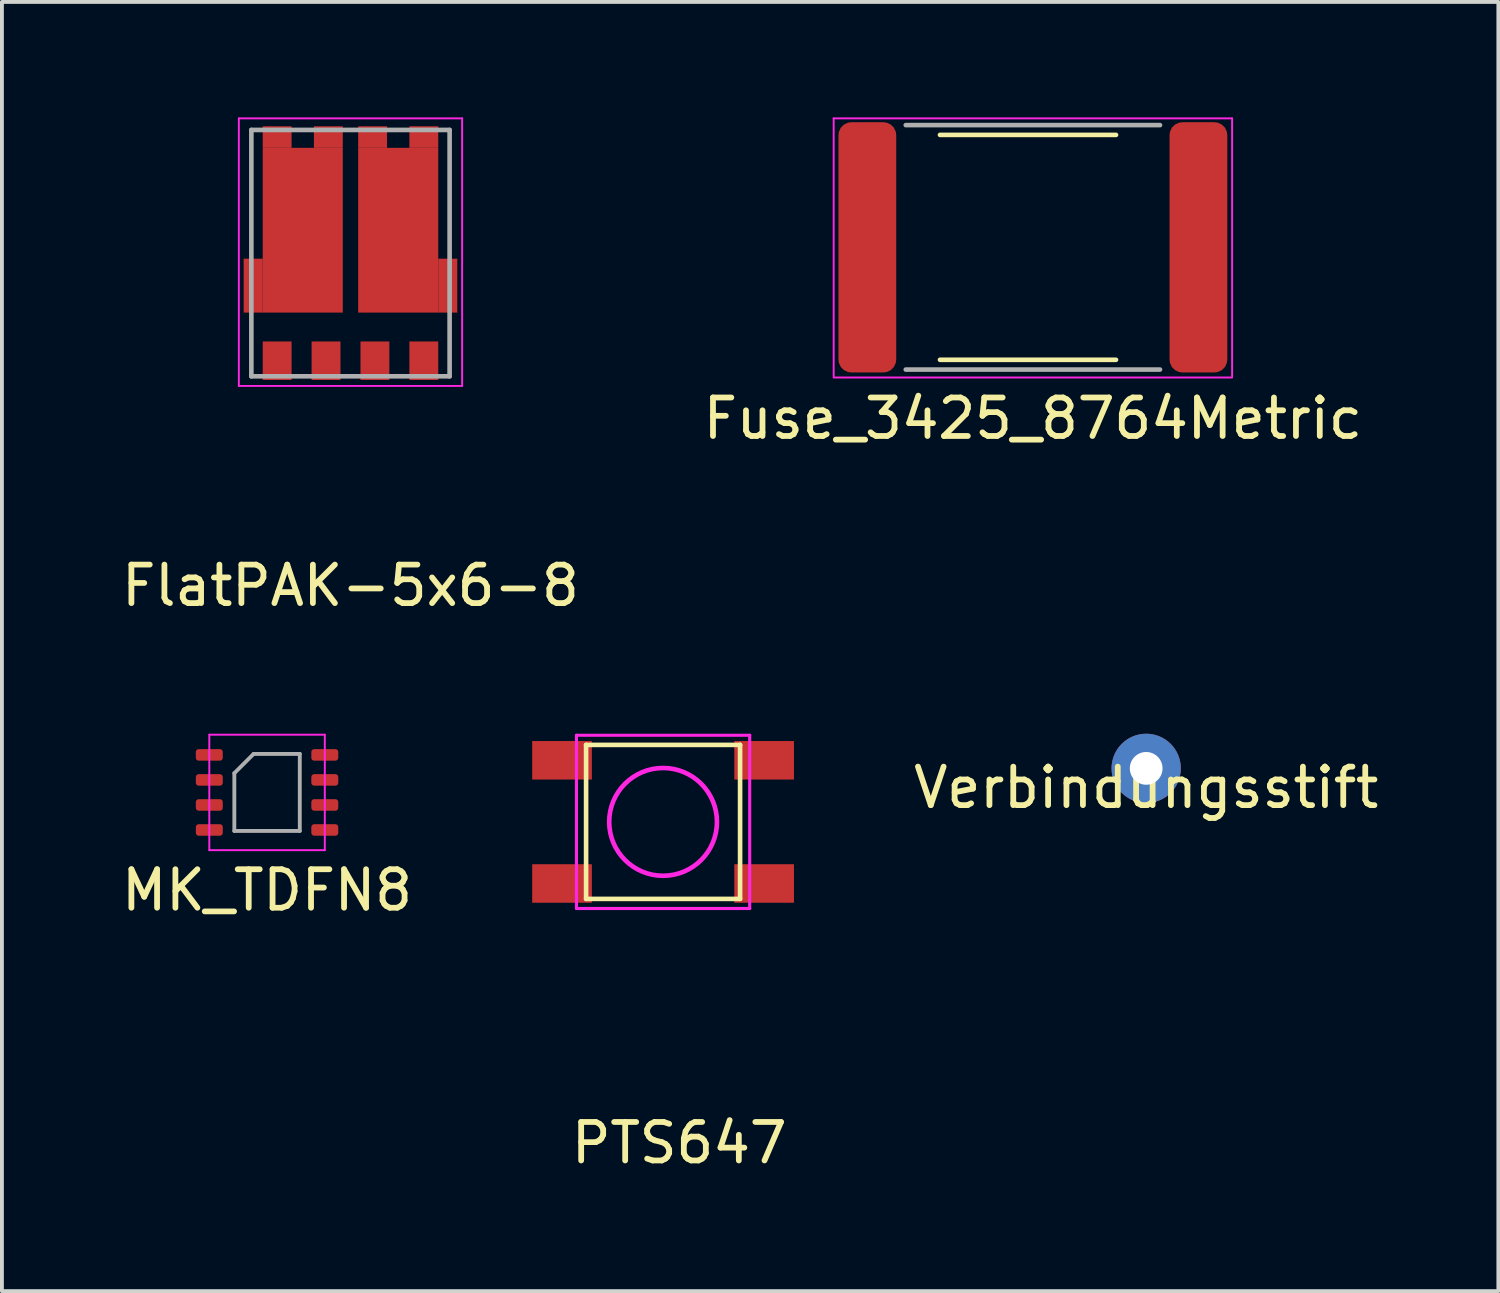
<source format=kicad_pcb>
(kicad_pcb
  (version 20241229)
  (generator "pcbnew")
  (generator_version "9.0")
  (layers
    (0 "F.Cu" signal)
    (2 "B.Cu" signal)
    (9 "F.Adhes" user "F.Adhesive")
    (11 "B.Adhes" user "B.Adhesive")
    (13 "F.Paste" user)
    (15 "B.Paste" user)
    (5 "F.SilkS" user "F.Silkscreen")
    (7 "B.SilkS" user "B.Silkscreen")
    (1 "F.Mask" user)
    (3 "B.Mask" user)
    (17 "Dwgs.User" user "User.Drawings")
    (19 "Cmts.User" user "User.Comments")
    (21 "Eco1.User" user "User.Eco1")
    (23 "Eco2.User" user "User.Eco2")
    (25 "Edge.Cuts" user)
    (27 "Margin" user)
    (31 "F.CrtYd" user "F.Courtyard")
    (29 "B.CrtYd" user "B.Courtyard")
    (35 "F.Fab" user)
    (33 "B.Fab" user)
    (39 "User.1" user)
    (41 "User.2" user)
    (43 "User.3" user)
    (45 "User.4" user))
  (footprint "PTS647"
    (layer "F.Cu")
    (at 14.174 18.299)
    (property "Reference" "PTS647" (at 0.42 8.34 0) (layer "F.SilkS") (effects (font (size 1 1) (thickness 0.15))))
    (attr through_hole)
    (fp_line (start -2 -2) (end 2 -2) (stroke (width 0.12) (type solid)) (layer "F.SilkS"))
    (fp_line (start -2 2) (end -2 -2) (stroke (width 0.12) (type solid)) (layer "F.SilkS"))
    (fp_line (start 2 -2) (end 2 2) (stroke (width 0.12) (type solid)) (layer "F.SilkS"))
    (fp_line (start 2 2) (end -2 2) (stroke (width 0.12) (type solid)) (layer "F.SilkS"))
    (fp_line (start -2.25 -2.25) (end 2.25 -2.25) (stroke (width 0.08) (type solid)) (layer "F.CrtYd"))
    (fp_line (start -2.25 2.25) (end -2.25 -2.25) (stroke (width 0.08) (type solid)) (layer "F.CrtYd"))
    (fp_line (start 2.25 -2.25) (end 2.25 2.25) (stroke (width 0.08) (type solid)) (layer "F.CrtYd"))
    (fp_line (start 2.25 2.25) (end -2.25 2.25) (stroke (width 0.08) (type solid)) (layer "F.CrtYd"))
    (fp_circle (center 0 0) (end 1.4 0) (stroke (width 0.12) (type solid)) (fill no) (layer "F.CrtYd"))
    (pad "1" smd rect (at -2.625 -1.6) (size 1.55 1) (layers "F.Cu" "F.Mask" "F.Paste"))
    (pad "1" smd rect (at 2.625 -1.6) (size 1.55 1) (layers "F.Cu" "F.Mask" "F.Paste"))
    (pad "2" smd rect (at -2.625 1.6) (size 1.55 1) (layers "F.Cu" "F.Mask" "F.Paste"))
    (pad "2" smd rect (at 2.625 1.6) (size 1.55 1) (layers "F.Cu" "F.Mask" "F.Paste")))
  (footprint "Verbindungsstift"
    (layer "F.Cu")
    (at 26.723 16.909)
    (property "Reference" "Verbindungsstift" (at 0 0.5 0) (layer "F.SilkS") (effects (font (size 1 1) (thickness 0.15))))
    (attr through_hole)
    (pad "1" thru_hole circle (at 0 0) (size 1.8 1.8) (drill 0.85) (layers "*.Cu" "*.Mask")))
  (footprint "FlatPAK-5x6-8"
    (layer "F.Cu")
    (at 6.054 3.525)
    (property "Reference" "FlatPAK-5x6-8" (at 0 8.636 0) (layer "F.SilkS") (effects (font (size 1 1) (thickness 0.15))))
    (attr through_hole)
    (fp_line (start -2.9 -3.5) (end -2.9 3.45) (stroke (width 0.05) (type solid)) (layer "F.CrtYd"))
    (fp_line (start -2.9 -3.5) (end 2.9 -3.5) (stroke (width 0.05) (type solid)) (layer "F.CrtYd"))
    (fp_line (start -2.9 3.45) (end 2.9 3.45) (stroke (width 0.05) (type solid)) (layer "F.CrtYd"))
    (fp_line (start 2.9 3.45) (end 2.9 -3.5) (stroke (width 0.05) (type solid)) (layer "F.CrtYd"))
    (fp_line (start -2.575 -3.2) (end 2.575 -3.2) (stroke (width 0.12) (type solid)) (layer "F.Fab"))
    (fp_line (start -2.575 3.2) (end -2.575 -3.2) (stroke (width 0.12) (type solid)) (layer "F.Fab"))
    (fp_line (start -2.575 3.2) (end 2.575 3.2) (stroke (width 0.12) (type solid)) (layer "F.Fab"))
    (fp_line (start 2.575 -3.2) (end 2.575 3.2) (stroke (width 0.12) (type solid)) (layer "F.Fab"))
    (pad "1" smd rect (at -1.905 2.795 270) (size 1 0.75) (layers "F.Cu" "F.Mask" "F.Paste"))
    (pad "2" smd rect (at -0.635 2.795 270) (size 1 0.75) (layers "F.Cu" "F.Mask" "F.Paste"))
    (pad "3" smd rect (at 0.635 2.795 270) (size 1 0.75) (layers "F.Cu" "F.Mask" "F.Paste"))
    (pad "4" smd rect (at 1.905 2.795 270) (size 1 0.75) (layers "F.Cu" "F.Mask" "F.Paste"))
    (pad "7" smd rect (at -2.527 0.845) (size 0.495 1.4) (layers "F.Cu" "F.Mask" "F.Paste"))
    (pad "7" smd rect (at -1.905 -3.015 270) (size 0.56 0.75) (layers "F.Cu" "F.Mask" "F.Paste"))
    (pad "7" smd rect (at -1.24 -0.595 270) (size 4.28 2.08) (layers "F.Cu" "F.Mask" "F.Paste"))
    (pad "7" smd rect (at -0.575 -3.015 270) (size 0.56 0.75) (layers "F.Cu" "F.Mask" "F.Paste"))
    (pad "8" smd rect (at 0.575 -3.015 270) (size 0.56 0.75) (layers "F.Cu" "F.Mask" "F.Paste"))
    (pad "8" smd rect (at 1.24 -0.595 270) (size 4.28 2.08) (layers "F.Cu" "F.Mask" "F.Paste"))
    (pad "8" smd rect (at 1.905 -3.015 270) (size 0.56 0.75) (layers "F.Cu" "F.Mask" "F.Paste"))
    (pad "8" smd rect (at 2.527 0.845) (size 0.495 1.4) (layers "F.Cu" "F.Mask" "F.Paste")))
  (footprint "MK_TDFN8"
    (layer "F.Cu")
    (at 3.887 17.534)
    (property "Reference" "MK_TDFN8" (at 0 2.54 0) (layer "F.SilkS") (effects (font (size 1 1) (thickness 0.15))))
    (attr through_hole)
    (fp_line (start -1.5 -1.5) (end -1.5 1.5) (stroke (width 0.05) (type solid)) (layer "F.CrtYd"))
    (fp_line (start -1.5 1.5) (end 1.5 1.5) (stroke (width 0.05) (type solid)) (layer "F.CrtYd"))
    (fp_line (start 1.5 -1.5) (end -1.5 -1.5) (stroke (width 0.05) (type solid)) (layer "F.CrtYd"))
    (fp_line (start 1.5 1.5) (end 1.5 -1.5) (stroke (width 0.05) (type solid)) (layer "F.CrtYd"))
    (fp_line (start -0.85 -0.5) (end -0.85 1) (stroke (width 0.1) (type solid)) (layer "F.Fab"))
    (fp_line (start -0.85 1) (end 0.85 1) (stroke (width 0.1) (type solid)) (layer "F.Fab"))
    (fp_line (start -0.35 -1) (end -0.85 -0.5) (stroke (width 0.1) (type solid)) (layer "F.Fab"))
    (fp_line (start 0.85 -1) (end -0.35 -1) (stroke (width 0.1) (type solid)) (layer "F.Fab"))
    (fp_line (start 0.85 1) (end 0.85 -1) (stroke (width 0.1) (type solid)) (layer "F.Fab"))
    (pad "1" smd roundrect (at -1.5 -0.975) (size 0.7 0.3) (layers "F.Cu" "F.Mask" "F.Paste") (roundrect_rratio 0.25))
    (pad "2" smd roundrect (at -1.5 -0.325) (size 0.7 0.3) (layers "F.Cu" "F.Mask" "F.Paste") (roundrect_rratio 0.25))
    (pad "3" smd roundrect (at -1.5 0.325) (size 0.7 0.3) (layers "F.Cu" "F.Mask" "F.Paste") (roundrect_rratio 0.25))
    (pad "4" smd roundrect (at -1.5 0.975) (size 0.7 0.3) (layers "F.Cu" "F.Mask" "F.Paste") (roundrect_rratio 0.25))
    (pad "5" smd roundrect (at 1.5 0.975) (size 0.7 0.3) (layers "F.Cu" "F.Mask" "F.Paste") (roundrect_rratio 0.25))
    (pad "6" smd roundrect (at 1.5 0.325) (size 0.7 0.3) (layers "F.Cu" "F.Mask" "F.Paste") (roundrect_rratio 0.25))
    (pad "7" smd roundrect (at 1.5 -0.325) (size 0.7 0.3) (layers "F.Cu" "F.Mask" "F.Paste") (roundrect_rratio 0.25))
    (pad "8" smd roundrect (at 1.5 -0.975) (size 0.7 0.3) (layers "F.Cu" "F.Mask" "F.Paste") (roundrect_rratio 0.25)))
  (footprint "Fuse_3425_8764Metric"
    (layer "F.Cu")
    (at 23.78 3.375)
    (property "Reference" "Fuse_3425_8764Metric" (at 0 4.445 0) (layer "F.SilkS") (effects (font (size 1 1) (thickness 0.15))))
    (attr through_hole)
    (fp_line (start -2.413 -2.921) (end 2.159 -2.921) (stroke (width 0.12) (type solid)) (layer "F.SilkS"))
    (fp_line (start -2.413 2.921) (end 2.159 2.921) (stroke (width 0.12) (type solid)) (layer "F.SilkS"))
    (fp_line (start -5.175 -3.35) (end 5.175 -3.35) (stroke (width 0.05) (type solid)) (layer "F.CrtYd"))
    (fp_line (start -5.175 3.35) (end -5.175 -3.35) (stroke (width 0.05) (type solid)) (layer "F.CrtYd"))
    (fp_line (start -5.175 3.381) (end 5.175 3.381) (stroke (width 0.05) (type solid)) (layer "F.CrtYd"))
    (fp_line (start 5.175 -3.35) (end 5.175 3.35) (stroke (width 0.05) (type solid)) (layer "F.CrtYd"))
    (fp_line (start -3.302 -3.175) (end 3.302 -3.175) (stroke (width 0.12) (type solid)) (layer "F.Fab"))
    (fp_line (start -3.302 3.175) (end 3.302 3.175) (stroke (width 0.12) (type solid)) (layer "F.Fab"))
    (pad "1" smd roundrect (at -4.3 0) (size 1.5 6.5) (layers "F.Cu" "F.Mask" "F.Paste") (roundrect_rratio 0.222))
    (pad "2" smd roundrect (at 4.3 0) (size 1.5 6.5) (layers "F.Cu" "F.Mask" "F.Paste") (roundrect_rratio 0.222)))
  (gr_rect
    (start -3 -3)
    (end 35.871 30.488)
    (stroke (width 0.1) (type default))
    (fill no)
    (layer "Edge.Cuts")))
</source>
